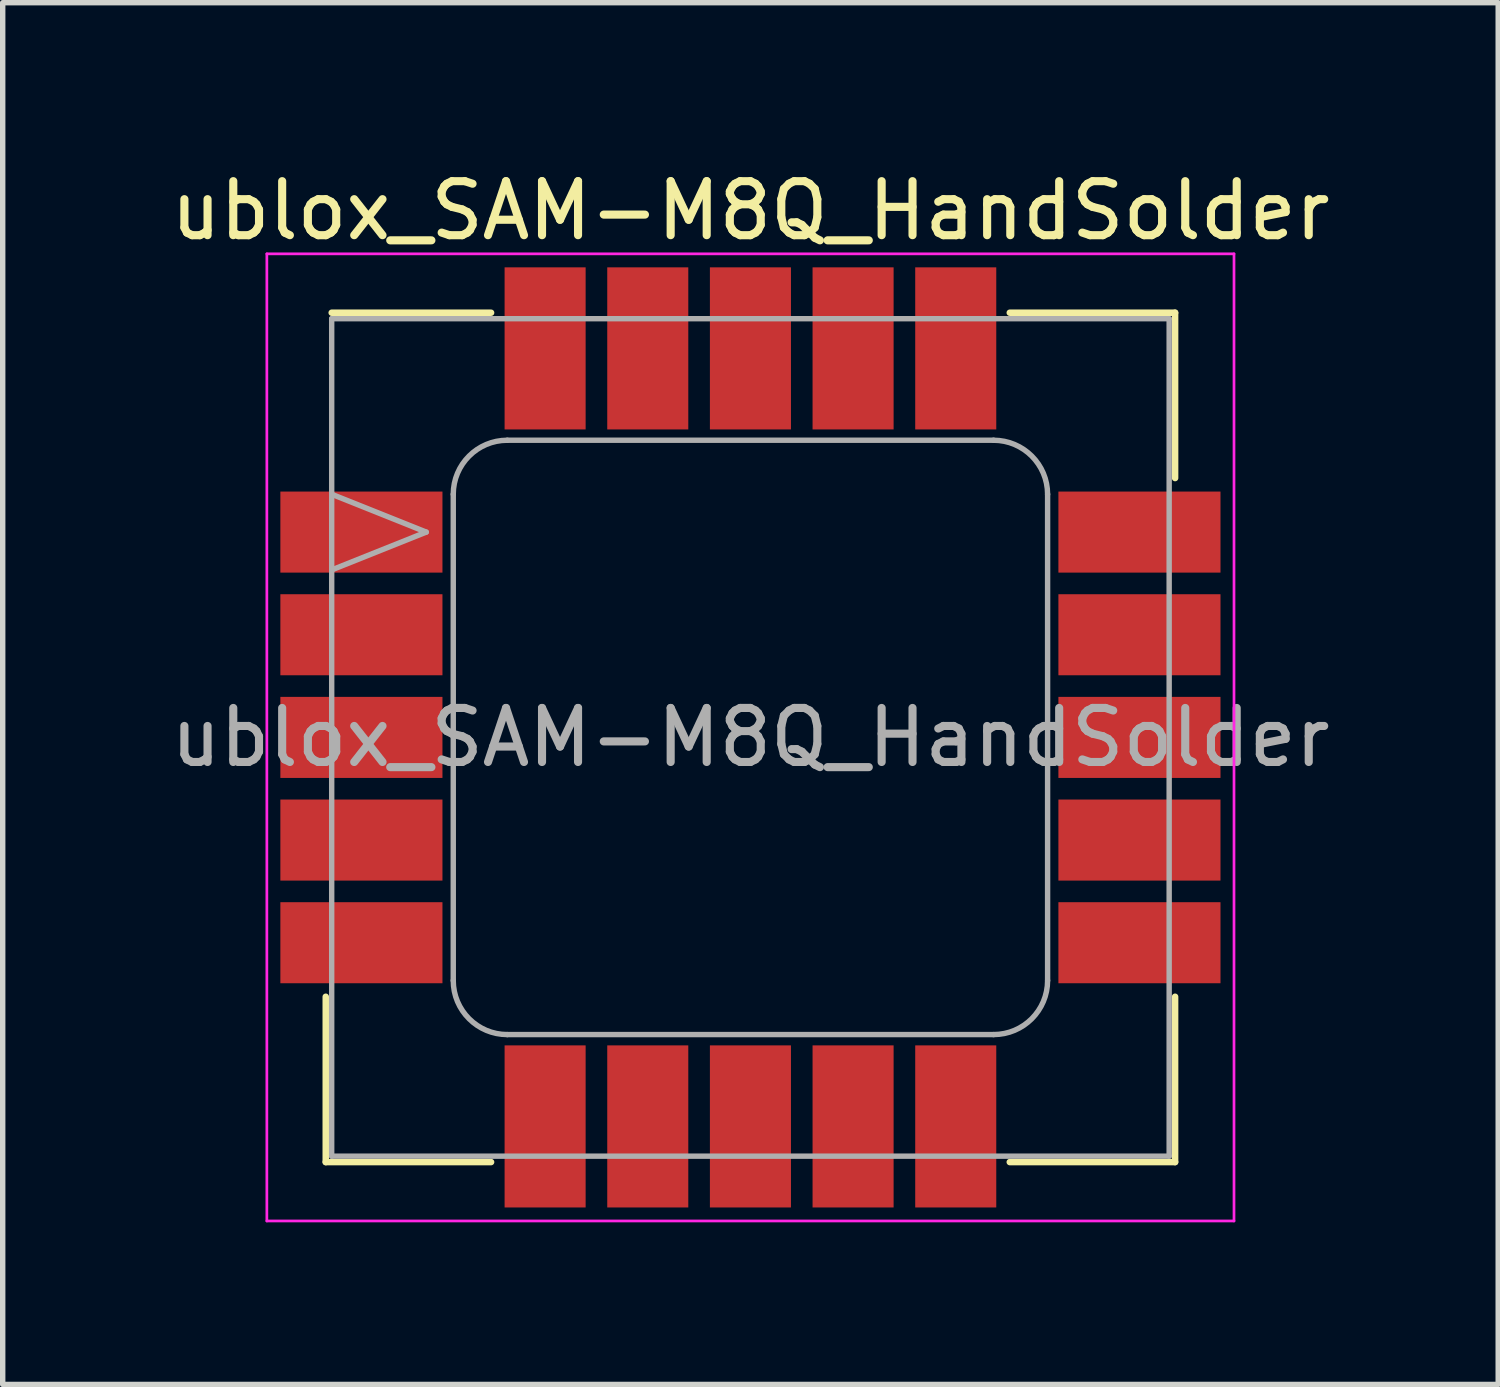
<source format=kicad_pcb>
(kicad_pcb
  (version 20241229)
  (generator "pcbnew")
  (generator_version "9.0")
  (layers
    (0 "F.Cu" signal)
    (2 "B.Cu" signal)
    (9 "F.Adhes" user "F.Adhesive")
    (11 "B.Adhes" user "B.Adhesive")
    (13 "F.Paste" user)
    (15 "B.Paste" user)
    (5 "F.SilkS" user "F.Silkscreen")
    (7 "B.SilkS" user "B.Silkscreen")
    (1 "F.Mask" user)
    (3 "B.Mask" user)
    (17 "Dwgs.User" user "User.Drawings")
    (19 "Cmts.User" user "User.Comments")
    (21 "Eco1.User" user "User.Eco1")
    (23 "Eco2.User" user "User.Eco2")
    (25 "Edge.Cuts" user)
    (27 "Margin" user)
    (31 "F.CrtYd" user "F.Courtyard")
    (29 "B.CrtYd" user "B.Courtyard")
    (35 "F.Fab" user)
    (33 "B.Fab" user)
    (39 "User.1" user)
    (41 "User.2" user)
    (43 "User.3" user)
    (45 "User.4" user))
  (footprint "ublox_SAM-M8Q_HandSolder"
    (layer "F.Cu")
    (at 10.839 10.598)
    (property "Reference" "ublox_SAM-M8Q_HandSolder" (at 0 -9.75 0) (layer "F.SilkS") (effects (font (size 1 1) (thickness 0.15))))
    (attr smd)
    (fp_line (start -7.86 4.8) (end -7.86 7.86) (stroke (width 0.12) (type solid)) (layer "F.SilkS"))
    (fp_line (start -7.86 7.86) (end -4.8 7.86) (stroke (width 0.12) (type solid)) (layer "F.SilkS"))
    (fp_line (start -7.75 -7.86) (end -4.8 -7.86) (stroke (width 0.12) (type solid)) (layer "F.SilkS"))
    (fp_line (start 4.8 -7.86) (end 7.86 -7.86) (stroke (width 0.12) (type solid)) (layer "F.SilkS"))
    (fp_line (start 4.8 7.86) (end 7.86 7.86) (stroke (width 0.12) (type solid)) (layer "F.SilkS"))
    (fp_line (start 7.86 -7.86) (end 7.86 -4.8) (stroke (width 0.12) (type solid)) (layer "F.SilkS"))
    (fp_line (start 7.86 4.8) (end 7.86 7.86) (stroke (width 0.12) (type solid)) (layer "F.SilkS"))
    (fp_line (start -8.95 -8.95) (end -8.95 8.95) (stroke (width 0.05) (type solid)) (layer "F.CrtYd"))
    (fp_line (start -8.95 8.95) (end 8.95 8.95) (stroke (width 0.05) (type solid)) (layer "F.CrtYd"))
    (fp_line (start 8.95 -8.95) (end -8.95 -8.95) (stroke (width 0.05) (type solid)) (layer "F.CrtYd"))
    (fp_line (start 8.95 8.95) (end 8.95 -8.95) (stroke (width 0.05) (type solid)) (layer "F.CrtYd"))
    (fp_line (start -7.75 -7.75) (end 7.75 -7.75) (stroke (width 0.1) (type solid)) (layer "F.Fab"))
    (fp_line (start -7.75 7.75) (end -7.75 -7.75) (stroke (width 0.1) (type solid)) (layer "F.Fab"))
    (fp_line (start -6 -3.8) (end -7.75 -4.5) (stroke (width 0.1) (type solid)) (layer "F.Fab"))
    (fp_line (start -6 -3.8) (end -7.75 -3.1) (stroke (width 0.1) (type solid)) (layer "F.Fab"))
    (fp_line (start -5.5 -4.5) (end -5.5 4.5) (stroke (width 0.1) (type solid)) (layer "F.Fab"))
    (fp_line (start -4.5 5.5) (end 4.5 5.5) (stroke (width 0.1) (type solid)) (layer "F.Fab"))
    (fp_line (start 4.5 -5.5) (end -4.5 -5.5) (stroke (width 0.1) (type solid)) (layer "F.Fab"))
    (fp_line (start 5.5 4.5) (end 5.5 -4.5) (stroke (width 0.1) (type solid)) (layer "F.Fab"))
    (fp_line (start 7.75 -7.75) (end 7.75 7.75) (stroke (width 0.1) (type solid)) (layer "F.Fab"))
    (fp_line (start 7.75 7.75) (end -7.75 7.75) (stroke (width 0.1) (type solid)) (layer "F.Fab"))
    (fp_arc (start -5.5 -4.5) (mid -5.207107 -5.207107) (end -4.5 -5.5) (stroke (width 0.1) (type solid)) (layer "F.Fab"))
    (fp_arc (start -4.5 5.5) (mid -5.207107 5.207107) (end -5.5 4.5) (stroke (width 0.1) (type solid)) (layer "F.Fab"))
    (fp_arc (start 4.5 -5.5) (mid 5.207107 -5.207107) (end 5.5 -4.5) (stroke (width 0.1) (type solid)) (layer "F.Fab"))
    (fp_arc (start 5.5 4.5) (mid 5.207107 5.207107) (end 4.5 5.5) (stroke (width 0.1) (type solid)) (layer "F.Fab"))
    (fp_text user "${REFERENCE}" (at 0 0 0) (layer "F.Fab") (effects (font (size 1 1) (thickness 0.15))))
    (pad "" smd rect (at -7.1 -4.225) (size 0.72 0.58) (layers "F.Paste"))
    (pad "" smd rect (at -7.1 -3.375) (size 0.72 0.58) (layers "F.Paste"))
    (pad "" smd rect (at -7.1 -2.325) (size 0.72 0.58) (layers "F.Paste"))
    (pad "" smd rect (at -7.1 -1.475) (size 0.72 0.58) (layers "F.Paste"))
    (pad "" smd rect (at -7.1 -0.425) (size 0.72 0.58) (layers "F.Paste"))
    (pad "" smd rect (at -7.1 0.425) (size 0.72 0.58) (layers "F.Paste"))
    (pad "" smd rect (at -7.1 1.475) (size 0.72 0.58) (layers "F.Paste"))
    (pad "" smd rect (at -7.1 2.325) (size 0.72 0.58) (layers "F.Paste"))
    (pad "" smd rect (at -7.1 3.375) (size 0.72 0.58) (layers "F.Paste"))
    (pad "" smd rect (at -7.1 4.225) (size 0.72 0.58) (layers "F.Paste"))
    (pad "" smd rect (at -6.1 -4.225) (size 0.72 0.58) (layers "F.Paste"))
    (pad "" smd rect (at -6.1 -3.375) (size 0.72 0.58) (layers "F.Paste"))
    (pad "" smd rect (at -6.1 -2.325) (size 0.72 0.58) (layers "F.Paste"))
    (pad "" smd rect (at -6.1 -1.475) (size 0.72 0.58) (layers "F.Paste"))
    (pad "" smd rect (at -6.1 -0.425) (size 0.72 0.58) (layers "F.Paste"))
    (pad "" smd rect (at -6.1 0.425) (size 0.72 0.58) (layers "F.Paste"))
    (pad "" smd rect (at -6.1 1.475) (size 0.72 0.58) (layers "F.Paste"))
    (pad "" smd rect (at -6.1 2.325) (size 0.72 0.58) (layers "F.Paste"))
    (pad "" smd rect (at -6.1 3.375) (size 0.72 0.58) (layers "F.Paste"))
    (pad "" smd rect (at -6.1 4.225) (size 0.72 0.58) (layers "F.Paste"))
    (pad "" smd rect (at -4.225 -7.1) (size 0.58 0.72) (layers "F.Paste"))
    (pad "" smd rect (at -4.225 -6.1) (size 0.58 0.72) (layers "F.Paste"))
    (pad "" smd rect (at -4.225 6.1) (size 0.58 0.72) (layers "F.Paste"))
    (pad "" smd rect (at -4.225 7.1) (size 0.58 0.72) (layers "F.Paste"))
    (pad "" smd rect (at -3.375 -7.1) (size 0.58 0.72) (layers "F.Paste"))
    (pad "" smd rect (at -3.375 -6.1) (size 0.58 0.72) (layers "F.Paste"))
    (pad "" smd rect (at -3.375 6.1) (size 0.58 0.72) (layers "F.Paste"))
    (pad "" smd rect (at -3.375 7.1) (size 0.58 0.72) (layers "F.Paste"))
    (pad "" smd rect (at -2.325 -7.1) (size 0.58 0.72) (layers "F.Paste"))
    (pad "" smd rect (at -2.325 -6.1) (size 0.58 0.72) (layers "F.Paste"))
    (pad "" smd rect (at -2.325 6.1) (size 0.58 0.72) (layers "F.Paste"))
    (pad "" smd rect (at -2.325 7.1) (size 0.58 0.72) (layers "F.Paste"))
    (pad "" smd rect (at -1.475 -7.1) (size 0.58 0.72) (layers "F.Paste"))
    (pad "" smd rect (at -1.475 -6.1) (size 0.58 0.72) (layers "F.Paste"))
    (pad "" smd rect (at -1.475 6.1) (size 0.58 0.72) (layers "F.Paste"))
    (pad "" smd rect (at -1.475 7.1) (size 0.58 0.72) (layers "F.Paste"))
    (pad "" smd rect (at -0.425 -7.1 180) (size 0.58 0.72) (layers "F.Paste"))
    (pad "" smd rect (at -0.425 -6.1) (size 0.58 0.72) (layers "F.Paste"))
    (pad "" smd rect (at -0.425 6.1) (size 0.58 0.72) (layers "F.Paste"))
    (pad "" smd rect (at -0.425 7.1) (size 0.58 0.72) (layers "F.Paste"))
    (pad "" smd rect (at 0.425 -7.1) (size 0.58 0.72) (layers "F.Paste"))
    (pad "" smd rect (at 0.425 -6.1) (size 0.58 0.72) (layers "F.Paste"))
    (pad "" smd rect (at 0.425 6.1) (size 0.58 0.72) (layers "F.Paste"))
    (pad "" smd rect (at 0.425 7.1) (size 0.58 0.72) (layers "F.Paste"))
    (pad "" smd rect (at 1.475 -7.1) (size 0.58 0.72) (layers "F.Paste"))
    (pad "" smd rect (at 1.475 -6.1) (size 0.58 0.72) (layers "F.Paste"))
    (pad "" smd rect (at 1.475 6.1) (size 0.58 0.72) (layers "F.Paste"))
    (pad "" smd rect (at 1.475 7.1) (size 0.58 0.72) (layers "F.Paste"))
    (pad "" smd rect (at 2.325 -7.1) (size 0.58 0.72) (layers "F.Paste"))
    (pad "" smd rect (at 2.325 -6.1) (size 0.58 0.72) (layers "F.Paste"))
    (pad "" smd rect (at 2.325 6.1) (size 0.58 0.72) (layers "F.Paste"))
    (pad "" smd rect (at 2.325 7.1) (size 0.58 0.72) (layers "F.Paste"))
    (pad "" smd rect (at 3.375 -7.1) (size 0.58 0.72) (layers "F.Paste"))
    (pad "" smd rect (at 3.375 -6.1) (size 0.58 0.72) (layers "F.Paste"))
    (pad "" smd rect (at 3.375 6.1) (size 0.58 0.72) (layers "F.Paste"))
    (pad "" smd rect (at 3.375 7.1) (size 0.58 0.72) (layers "F.Paste"))
    (pad "" smd rect (at 4.225 -7.1) (size 0.58 0.72) (layers "F.Paste"))
    (pad "" smd rect (at 4.225 -6.1) (size 0.58 0.72) (layers "F.Paste"))
    (pad "" smd rect (at 4.225 6.1) (size 0.58 0.72) (layers "F.Paste"))
    (pad "" smd rect (at 4.225 7.1) (size 0.58 0.72) (layers "F.Paste"))
    (pad "" smd rect (at 6.1 -4.225) (size 0.72 0.58) (layers "F.Paste"))
    (pad "" smd rect (at 6.1 -3.375) (size 0.72 0.58) (layers "F.Paste"))
    (pad "" smd rect (at 6.1 -2.325) (size 0.72 0.58) (layers "F.Paste"))
    (pad "" smd rect (at 6.1 -1.475) (size 0.72 0.58) (layers "F.Paste"))
    (pad "" smd rect (at 6.1 -0.425) (size 0.72 0.58) (layers "F.Paste"))
    (pad "" smd rect (at 6.1 0.425) (size 0.72 0.58) (layers "F.Paste"))
    (pad "" smd rect (at 6.1 1.475) (size 0.72 0.58) (layers "F.Paste"))
    (pad "" smd rect (at 6.1 2.325) (size 0.72 0.58) (layers "F.Paste"))
    (pad "" smd rect (at 6.1 3.375) (size 0.72 0.58) (layers "F.Paste"))
    (pad "" smd rect (at 6.1 4.225) (size 0.72 0.58) (layers "F.Paste"))
    (pad "" smd rect (at 7.1 -4.225) (size 0.72 0.58) (layers "F.Paste"))
    (pad "" smd rect (at 7.1 -3.375) (size 0.72 0.58) (layers "F.Paste"))
    (pad "" smd rect (at 7.1 -2.325) (size 0.72 0.58) (layers "F.Paste"))
    (pad "" smd rect (at 7.1 -1.475) (size 0.72 0.58) (layers "F.Paste"))
    (pad "" smd rect (at 7.1 -0.425) (size 0.72 0.58) (layers "F.Paste"))
    (pad "" smd rect (at 7.1 0.425) (size 0.72 0.58) (layers "F.Paste"))
    (pad "" smd rect (at 7.1 1.475) (size 0.72 0.58) (layers "F.Paste"))
    (pad "" smd rect (at 7.1 2.325) (size 0.72 0.58) (layers "F.Paste"))
    (pad "" smd rect (at 7.1 3.375) (size 0.72 0.58) (layers "F.Paste"))
    (pad "" smd rect (at 7.1 4.225) (size 0.72 0.58) (layers "F.Paste"))
    (pad "1" smd rect (at -7.2 -3.8) (size 3 1.5) (layers "F.Cu" "F.Mask"))
    (pad "2" smd rect (at -7.2 -1.9) (size 3 1.5) (layers "F.Cu" "F.Mask"))
    (pad "3" smd rect (at -7.2 0) (size 3 1.5) (layers "F.Cu" "F.Mask"))
    (pad "4" smd rect (at -7.2 1.9) (size 3 1.5) (layers "F.Cu" "F.Mask"))
    (pad "5" smd rect (at -7.2 3.8) (size 3 1.5) (layers "F.Cu" "F.Mask"))
    (pad "6" smd rect (at -3.8 7.2) (size 1.5 3) (layers "F.Cu" "F.Mask"))
    (pad "7" smd rect (at -1.9 7.2) (size 1.5 3) (layers "F.Cu" "F.Mask"))
    (pad "8" smd rect (at 0 7.2) (size 1.5 3) (layers "F.Cu" "F.Mask"))
    (pad "9" smd rect (at 1.9 7.2) (size 1.5 3) (layers "F.Cu" "F.Mask"))
    (pad "10" smd rect (at 3.8 7.2) (size 1.5 3) (layers "F.Cu" "F.Mask"))
    (pad "11" smd rect (at 7.2 3.8) (size 3 1.5) (layers "F.Cu" "F.Mask"))
    (pad "12" smd rect (at 7.2 1.9) (size 3 1.5) (layers "F.Cu" "F.Mask"))
    (pad "13" smd rect (at 7.2 0) (size 3 1.5) (layers "F.Cu" "F.Mask"))
    (pad "14" smd rect (at 7.2 -1.9) (size 3 1.5) (layers "F.Cu" "F.Mask"))
    (pad "15" smd rect (at 7.2 -3.8) (size 3 1.5) (layers "F.Cu" "F.Mask"))
    (pad "16" smd rect (at 3.8 -7.2) (size 1.5 3) (layers "F.Cu" "F.Mask"))
    (pad "17" smd rect (at 1.9 -7.2) (size 1.5 3) (layers "F.Cu" "F.Mask"))
    (pad "18" smd rect (at 0 -7.2) (size 1.5 3) (layers "F.Cu" "F.Mask"))
    (pad "19" smd rect (at -1.9 -7.2) (size 1.5 3) (layers "F.Cu" "F.Mask"))
    (pad "20" smd rect (at -3.8 -7.2) (size 1.5 3) (layers "F.Cu" "F.Mask")))
  (gr_rect
    (start -3 -3)
    (end 24.679 22.573)
    (stroke (width 0.1) (type default))
    (fill no)
    (layer "Edge.Cuts")))
</source>
